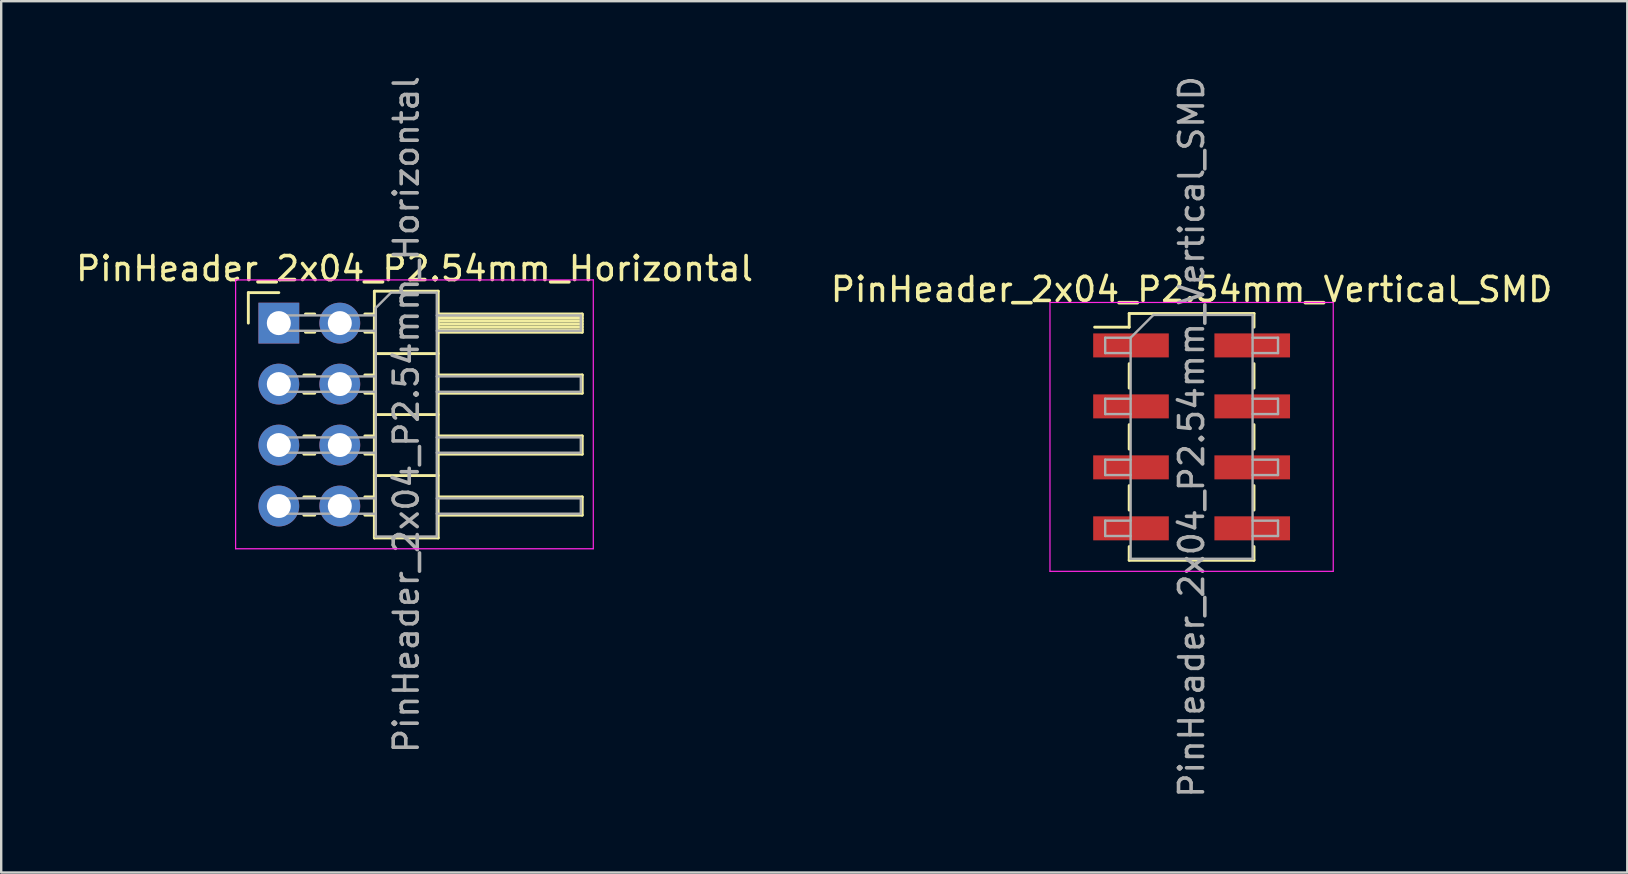
<source format=kicad_pcb>
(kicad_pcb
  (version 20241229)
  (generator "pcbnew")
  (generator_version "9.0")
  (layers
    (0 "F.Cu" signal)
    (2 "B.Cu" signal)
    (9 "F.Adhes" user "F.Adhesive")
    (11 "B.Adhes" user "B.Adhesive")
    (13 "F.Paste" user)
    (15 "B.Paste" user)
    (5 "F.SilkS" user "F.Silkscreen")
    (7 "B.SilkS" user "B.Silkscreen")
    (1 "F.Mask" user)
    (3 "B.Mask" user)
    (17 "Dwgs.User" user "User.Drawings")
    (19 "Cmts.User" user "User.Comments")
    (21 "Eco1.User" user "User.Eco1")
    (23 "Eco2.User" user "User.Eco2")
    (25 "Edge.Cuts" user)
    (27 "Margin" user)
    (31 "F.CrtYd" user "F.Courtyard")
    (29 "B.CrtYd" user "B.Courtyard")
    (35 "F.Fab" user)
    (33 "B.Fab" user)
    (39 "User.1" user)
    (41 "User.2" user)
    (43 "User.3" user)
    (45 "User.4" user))
  (footprint "PinHeader_2x04_P2.54mm_Vertical_SMD"
    (layer "F.Cu")
    (at 46.589 15.149)
    (property "Reference" "PinHeader_2x04_P2.54mm_Vertical_SMD" (at 0 -6.14 0) (layer "F.SilkS") (effects (font (size 1 1) (thickness 0.15))))
    (attr smd)
    (fp_line (start -4.04 -4.57) (end -2.6 -4.57) (stroke (width 0.12) (type solid)) (layer "F.SilkS"))
    (fp_line (start -2.6 -5.14) (end -2.6 -4.57) (stroke (width 0.12) (type solid)) (layer "F.SilkS"))
    (fp_line (start -2.6 -5.14) (end 2.6 -5.14) (stroke (width 0.12) (type solid)) (layer "F.SilkS"))
    (fp_line (start -2.6 -3.05) (end -2.6 -2.03) (stroke (width 0.12) (type solid)) (layer "F.SilkS"))
    (fp_line (start -2.6 -0.51) (end -2.6 0.51) (stroke (width 0.12) (type solid)) (layer "F.SilkS"))
    (fp_line (start -2.6 2.03) (end -2.6 3.05) (stroke (width 0.12) (type solid)) (layer "F.SilkS"))
    (fp_line (start -2.6 4.57) (end -2.6 5.14) (stroke (width 0.12) (type solid)) (layer "F.SilkS"))
    (fp_line (start -2.6 5.14) (end 2.6 5.14) (stroke (width 0.12) (type solid)) (layer "F.SilkS"))
    (fp_line (start 2.6 -5.14) (end 2.6 -4.57) (stroke (width 0.12) (type solid)) (layer "F.SilkS"))
    (fp_line (start 2.6 -3.05) (end 2.6 -2.03) (stroke (width 0.12) (type solid)) (layer "F.SilkS"))
    (fp_line (start 2.6 -0.51) (end 2.6 0.51) (stroke (width 0.12) (type solid)) (layer "F.SilkS"))
    (fp_line (start 2.6 2.03) (end 2.6 3.05) (stroke (width 0.12) (type solid)) (layer "F.SilkS"))
    (fp_line (start 2.6 4.57) (end 2.6 5.14) (stroke (width 0.12) (type solid)) (layer "F.SilkS"))
    (fp_line (start -5.9 -5.6) (end -5.9 5.6) (stroke (width 0.05) (type solid)) (layer "F.CrtYd"))
    (fp_line (start -5.9 5.6) (end 5.9 5.6) (stroke (width 0.05) (type solid)) (layer "F.CrtYd"))
    (fp_line (start 5.9 -5.6) (end -5.9 -5.6) (stroke (width 0.05) (type solid)) (layer "F.CrtYd"))
    (fp_line (start 5.9 5.6) (end 5.9 -5.6) (stroke (width 0.05) (type solid)) (layer "F.CrtYd"))
    (fp_line (start -3.6 -4.13) (end -3.6 -3.49) (stroke (width 0.1) (type solid)) (layer "F.Fab"))
    (fp_line (start -3.6 -3.49) (end -2.54 -3.49) (stroke (width 0.1) (type solid)) (layer "F.Fab"))
    (fp_line (start -3.6 -1.59) (end -3.6 -0.95) (stroke (width 0.1) (type solid)) (layer "F.Fab"))
    (fp_line (start -3.6 -0.95) (end -2.54 -0.95) (stroke (width 0.1) (type solid)) (layer "F.Fab"))
    (fp_line (start -3.6 0.95) (end -3.6 1.59) (stroke (width 0.1) (type solid)) (layer "F.Fab"))
    (fp_line (start -3.6 1.59) (end -2.54 1.59) (stroke (width 0.1) (type solid)) (layer "F.Fab"))
    (fp_line (start -3.6 3.49) (end -3.6 4.13) (stroke (width 0.1) (type solid)) (layer "F.Fab"))
    (fp_line (start -3.6 4.13) (end -2.54 4.13) (stroke (width 0.1) (type solid)) (layer "F.Fab"))
    (fp_line (start -2.54 -4.13) (end -3.6 -4.13) (stroke (width 0.1) (type solid)) (layer "F.Fab"))
    (fp_line (start -2.54 -4.13) (end -1.59 -5.08) (stroke (width 0.1) (type solid)) (layer "F.Fab"))
    (fp_line (start -2.54 -1.59) (end -3.6 -1.59) (stroke (width 0.1) (type solid)) (layer "F.Fab"))
    (fp_line (start -2.54 0.95) (end -3.6 0.95) (stroke (width 0.1) (type solid)) (layer "F.Fab"))
    (fp_line (start -2.54 3.49) (end -3.6 3.49) (stroke (width 0.1) (type solid)) (layer "F.Fab"))
    (fp_line (start -2.54 5.08) (end -2.54 -4.13) (stroke (width 0.1) (type solid)) (layer "F.Fab"))
    (fp_line (start -1.59 -5.08) (end 2.54 -5.08) (stroke (width 0.1) (type solid)) (layer "F.Fab"))
    (fp_line (start 2.54 -5.08) (end 2.54 5.08) (stroke (width 0.1) (type solid)) (layer "F.Fab"))
    (fp_line (start 2.54 -4.13) (end 3.6 -4.13) (stroke (width 0.1) (type solid)) (layer "F.Fab"))
    (fp_line (start 2.54 -1.59) (end 3.6 -1.59) (stroke (width 0.1) (type solid)) (layer "F.Fab"))
    (fp_line (start 2.54 0.95) (end 3.6 0.95) (stroke (width 0.1) (type solid)) (layer "F.Fab"))
    (fp_line (start 2.54 3.49) (end 3.6 3.49) (stroke (width 0.1) (type solid)) (layer "F.Fab"))
    (fp_line (start 2.54 5.08) (end -2.54 5.08) (stroke (width 0.1) (type solid)) (layer "F.Fab"))
    (fp_line (start 3.6 -4.13) (end 3.6 -3.49) (stroke (width 0.1) (type solid)) (layer "F.Fab"))
    (fp_line (start 3.6 -3.49) (end 2.54 -3.49) (stroke (width 0.1) (type solid)) (layer "F.Fab"))
    (fp_line (start 3.6 -1.59) (end 3.6 -0.95) (stroke (width 0.1) (type solid)) (layer "F.Fab"))
    (fp_line (start 3.6 -0.95) (end 2.54 -0.95) (stroke (width 0.1) (type solid)) (layer "F.Fab"))
    (fp_line (start 3.6 0.95) (end 3.6 1.59) (stroke (width 0.1) (type solid)) (layer "F.Fab"))
    (fp_line (start 3.6 1.59) (end 2.54 1.59) (stroke (width 0.1) (type solid)) (layer "F.Fab"))
    (fp_line (start 3.6 3.49) (end 3.6 4.13) (stroke (width 0.1) (type solid)) (layer "F.Fab"))
    (fp_line (start 3.6 4.13) (end 2.54 4.13) (stroke (width 0.1) (type solid)) (layer "F.Fab"))
    (fp_text user "${REFERENCE}" (at 0 0 90) (layer "F.Fab") (effects (font (size 1 1) (thickness 0.15))))
    (pad "1" smd rect (at -2.525 -3.81) (size 3.15 1) (layers "F.Cu" "F.Mask" "F.Paste"))
    (pad "2" smd rect (at 2.525 -3.81) (size 3.15 1) (layers "F.Cu" "F.Mask" "F.Paste"))
    (pad "3" smd rect (at -2.525 -1.27) (size 3.15 1) (layers "F.Cu" "F.Mask" "F.Paste"))
    (pad "4" smd rect (at 2.525 -1.27) (size 3.15 1) (layers "F.Cu" "F.Mask" "F.Paste"))
    (pad "5" smd rect (at -2.525 1.27) (size 3.15 1) (layers "F.Cu" "F.Mask" "F.Paste"))
    (pad "6" smd rect (at 2.525 1.27) (size 3.15 1) (layers "F.Cu" "F.Mask" "F.Paste"))
    (pad "7" smd rect (at -2.525 3.81) (size 3.15 1) (layers "F.Cu" "F.Mask" "F.Paste"))
    (pad "8" smd rect (at 2.525 3.81) (size 3.15 1) (layers "F.Cu" "F.Mask" "F.Paste")))
  (footprint "PinHeader_2x04_P2.54mm_Horizontal"
    (layer "F.Cu")
    (at 8.565 10.41)
    (property "Reference" "PinHeader_2x04_P2.54mm_Horizontal" (at 5.655 -2.27 0) (layer "F.SilkS") (effects (font (size 1 1) (thickness 0.15))))
    (attr through_hole)
    (fp_line (start -1.27 -1.27) (end 0 -1.27) (stroke (width 0.12) (type solid)) (layer "F.SilkS"))
    (fp_line (start -1.27 0) (end -1.27 -1.27) (stroke (width 0.12) (type solid)) (layer "F.SilkS"))
    (fp_line (start 1.043 2.16) (end 1.497 2.16) (stroke (width 0.12) (type solid)) (layer "F.SilkS"))
    (fp_line (start 1.043 2.92) (end 1.497 2.92) (stroke (width 0.12) (type solid)) (layer "F.SilkS"))
    (fp_line (start 1.043 4.7) (end 1.497 4.7) (stroke (width 0.12) (type solid)) (layer "F.SilkS"))
    (fp_line (start 1.043 5.46) (end 1.497 5.46) (stroke (width 0.12) (type solid)) (layer "F.SilkS"))
    (fp_line (start 1.043 7.24) (end 1.497 7.24) (stroke (width 0.12) (type solid)) (layer "F.SilkS"))
    (fp_line (start 1.043 8) (end 1.497 8) (stroke (width 0.12) (type solid)) (layer "F.SilkS"))
    (fp_line (start 1.11 -0.38) (end 1.497 -0.38) (stroke (width 0.12) (type solid)) (layer "F.SilkS"))
    (fp_line (start 1.11 0.38) (end 1.497 0.38) (stroke (width 0.12) (type solid)) (layer "F.SilkS"))
    (fp_line (start 3.583 -0.38) (end 3.98 -0.38) (stroke (width 0.12) (type solid)) (layer "F.SilkS"))
    (fp_line (start 3.583 0.38) (end 3.98 0.38) (stroke (width 0.12) (type solid)) (layer "F.SilkS"))
    (fp_line (start 3.583 2.16) (end 3.98 2.16) (stroke (width 0.12) (type solid)) (layer "F.SilkS"))
    (fp_line (start 3.583 2.92) (end 3.98 2.92) (stroke (width 0.12) (type solid)) (layer "F.SilkS"))
    (fp_line (start 3.583 4.7) (end 3.98 4.7) (stroke (width 0.12) (type solid)) (layer "F.SilkS"))
    (fp_line (start 3.583 5.46) (end 3.98 5.46) (stroke (width 0.12) (type solid)) (layer "F.SilkS"))
    (fp_line (start 3.583 7.24) (end 3.98 7.24) (stroke (width 0.12) (type solid)) (layer "F.SilkS"))
    (fp_line (start 3.583 8) (end 3.98 8) (stroke (width 0.12) (type solid)) (layer "F.SilkS"))
    (fp_line (start 3.98 -1.33) (end 3.98 8.95) (stroke (width 0.12) (type solid)) (layer "F.SilkS"))
    (fp_line (start 3.98 1.27) (end 6.64 1.27) (stroke (width 0.12) (type solid)) (layer "F.SilkS"))
    (fp_line (start 3.98 3.81) (end 6.64 3.81) (stroke (width 0.12) (type solid)) (layer "F.SilkS"))
    (fp_line (start 3.98 6.35) (end 6.64 6.35) (stroke (width 0.12) (type solid)) (layer "F.SilkS"))
    (fp_line (start 3.98 8.95) (end 6.64 8.95) (stroke (width 0.12) (type solid)) (layer "F.SilkS"))
    (fp_line (start 6.64 -1.33) (end 3.98 -1.33) (stroke (width 0.12) (type solid)) (layer "F.SilkS"))
    (fp_line (start 6.64 -0.38) (end 12.64 -0.38) (stroke (width 0.12) (type solid)) (layer "F.SilkS"))
    (fp_line (start 6.64 -0.32) (end 12.64 -0.32) (stroke (width 0.12) (type solid)) (layer "F.SilkS"))
    (fp_line (start 6.64 -0.2) (end 12.64 -0.2) (stroke (width 0.12) (type solid)) (layer "F.SilkS"))
    (fp_line (start 6.64 -0.08) (end 12.64 -0.08) (stroke (width 0.12) (type solid)) (layer "F.SilkS"))
    (fp_line (start 6.64 0.04) (end 12.64 0.04) (stroke (width 0.12) (type solid)) (layer "F.SilkS"))
    (fp_line (start 6.64 0.16) (end 12.64 0.16) (stroke (width 0.12) (type solid)) (layer "F.SilkS"))
    (fp_line (start 6.64 0.28) (end 12.64 0.28) (stroke (width 0.12) (type solid)) (layer "F.SilkS"))
    (fp_line (start 6.64 2.16) (end 12.64 2.16) (stroke (width 0.12) (type solid)) (layer "F.SilkS"))
    (fp_line (start 6.64 4.7) (end 12.64 4.7) (stroke (width 0.12) (type solid)) (layer "F.SilkS"))
    (fp_line (start 6.64 7.24) (end 12.64 7.24) (stroke (width 0.12) (type solid)) (layer "F.SilkS"))
    (fp_line (start 6.64 8.95) (end 6.64 -1.33) (stroke (width 0.12) (type solid)) (layer "F.SilkS"))
    (fp_line (start 12.64 -0.38) (end 12.64 0.38) (stroke (width 0.12) (type solid)) (layer "F.SilkS"))
    (fp_line (start 12.64 0.38) (end 6.64 0.38) (stroke (width 0.12) (type solid)) (layer "F.SilkS"))
    (fp_line (start 12.64 2.16) (end 12.64 2.92) (stroke (width 0.12) (type solid)) (layer "F.SilkS"))
    (fp_line (start 12.64 2.92) (end 6.64 2.92) (stroke (width 0.12) (type solid)) (layer "F.SilkS"))
    (fp_line (start 12.64 4.7) (end 12.64 5.46) (stroke (width 0.12) (type solid)) (layer "F.SilkS"))
    (fp_line (start 12.64 5.46) (end 6.64 5.46) (stroke (width 0.12) (type solid)) (layer "F.SilkS"))
    (fp_line (start 12.64 7.24) (end 12.64 8) (stroke (width 0.12) (type solid)) (layer "F.SilkS"))
    (fp_line (start 12.64 8) (end 6.64 8) (stroke (width 0.12) (type solid)) (layer "F.SilkS"))
    (fp_line (start -1.8 -1.8) (end -1.8 9.4) (stroke (width 0.05) (type solid)) (layer "F.CrtYd"))
    (fp_line (start -1.8 9.4) (end 13.1 9.4) (stroke (width 0.05) (type solid)) (layer "F.CrtYd"))
    (fp_line (start 13.1 -1.8) (end -1.8 -1.8) (stroke (width 0.05) (type solid)) (layer "F.CrtYd"))
    (fp_line (start 13.1 9.4) (end 13.1 -1.8) (stroke (width 0.05) (type solid)) (layer "F.CrtYd"))
    (fp_line (start -0.32 -0.32) (end -0.32 0.32) (stroke (width 0.1) (type solid)) (layer "F.Fab"))
    (fp_line (start -0.32 -0.32) (end 4.04 -0.32) (stroke (width 0.1) (type solid)) (layer "F.Fab"))
    (fp_line (start -0.32 0.32) (end 4.04 0.32) (stroke (width 0.1) (type solid)) (layer "F.Fab"))
    (fp_line (start -0.32 2.22) (end -0.32 2.86) (stroke (width 0.1) (type solid)) (layer "F.Fab"))
    (fp_line (start -0.32 2.22) (end 4.04 2.22) (stroke (width 0.1) (type solid)) (layer "F.Fab"))
    (fp_line (start -0.32 2.86) (end 4.04 2.86) (stroke (width 0.1) (type solid)) (layer "F.Fab"))
    (fp_line (start -0.32 4.76) (end -0.32 5.4) (stroke (width 0.1) (type solid)) (layer "F.Fab"))
    (fp_line (start -0.32 4.76) (end 4.04 4.76) (stroke (width 0.1) (type solid)) (layer "F.Fab"))
    (fp_line (start -0.32 5.4) (end 4.04 5.4) (stroke (width 0.1) (type solid)) (layer "F.Fab"))
    (fp_line (start -0.32 7.3) (end -0.32 7.94) (stroke (width 0.1) (type solid)) (layer "F.Fab"))
    (fp_line (start -0.32 7.3) (end 4.04 7.3) (stroke (width 0.1) (type solid)) (layer "F.Fab"))
    (fp_line (start -0.32 7.94) (end 4.04 7.94) (stroke (width 0.1) (type solid)) (layer "F.Fab"))
    (fp_line (start 4.04 -0.635) (end 4.675 -1.27) (stroke (width 0.1) (type solid)) (layer "F.Fab"))
    (fp_line (start 4.04 8.89) (end 4.04 -0.635) (stroke (width 0.1) (type solid)) (layer "F.Fab"))
    (fp_line (start 4.675 -1.27) (end 6.58 -1.27) (stroke (width 0.1) (type solid)) (layer "F.Fab"))
    (fp_line (start 6.58 -1.27) (end 6.58 8.89) (stroke (width 0.1) (type solid)) (layer "F.Fab"))
    (fp_line (start 6.58 -0.32) (end 12.58 -0.32) (stroke (width 0.1) (type solid)) (layer "F.Fab"))
    (fp_line (start 6.58 0.32) (end 12.58 0.32) (stroke (width 0.1) (type solid)) (layer "F.Fab"))
    (fp_line (start 6.58 2.22) (end 12.58 2.22) (stroke (width 0.1) (type solid)) (layer "F.Fab"))
    (fp_line (start 6.58 2.86) (end 12.58 2.86) (stroke (width 0.1) (type solid)) (layer "F.Fab"))
    (fp_line (start 6.58 4.76) (end 12.58 4.76) (stroke (width 0.1) (type solid)) (layer "F.Fab"))
    (fp_line (start 6.58 5.4) (end 12.58 5.4) (stroke (width 0.1) (type solid)) (layer "F.Fab"))
    (fp_line (start 6.58 7.3) (end 12.58 7.3) (stroke (width 0.1) (type solid)) (layer "F.Fab"))
    (fp_line (start 6.58 7.94) (end 12.58 7.94) (stroke (width 0.1) (type solid)) (layer "F.Fab"))
    (fp_line (start 6.58 8.89) (end 4.04 8.89) (stroke (width 0.1) (type solid)) (layer "F.Fab"))
    (fp_line (start 12.58 -0.32) (end 12.58 0.32) (stroke (width 0.1) (type solid)) (layer "F.Fab"))
    (fp_line (start 12.58 2.22) (end 12.58 2.86) (stroke (width 0.1) (type solid)) (layer "F.Fab"))
    (fp_line (start 12.58 4.76) (end 12.58 5.4) (stroke (width 0.1) (type solid)) (layer "F.Fab"))
    (fp_line (start 12.58 7.3) (end 12.58 7.94) (stroke (width 0.1) (type solid)) (layer "F.Fab"))
    (fp_text user "${REFERENCE}" (at 5.31 3.81 90) (layer "F.Fab") (effects (font (size 1 1) (thickness 0.15))))
    (pad "1" thru_hole rect (at 0 0) (size 1.7 1.7) (drill 1) (layers "*.Cu" "*.Mask"))
    (pad "2" thru_hole oval (at 2.54 0) (size 1.7 1.7) (drill 1) (layers "*.Cu" "*.Mask"))
    (pad "3" thru_hole oval (at 0 2.54) (size 1.7 1.7) (drill 1) (layers "*.Cu" "*.Mask"))
    (pad "4" thru_hole oval (at 2.54 2.54) (size 1.7 1.7) (drill 1) (layers "*.Cu" "*.Mask"))
    (pad "5" thru_hole oval (at 0 5.08) (size 1.7 1.7) (drill 1) (layers "*.Cu" "*.Mask"))
    (pad "6" thru_hole oval (at 2.54 5.08) (size 1.7 1.7) (drill 1) (layers "*.Cu" "*.Mask"))
    (pad "7" thru_hole oval (at 0 7.62) (size 1.7 1.7) (drill 1) (layers "*.Cu" "*.Mask"))
    (pad "8" thru_hole oval (at 2.54 7.62) (size 1.7 1.7) (drill 1) (layers "*.Cu" "*.Mask")))
  (gr_rect
    (start -3 -3)
    (end 64.738 33.298)
    (stroke (width 0.1) (type default))
    (fill no)
    (layer "Edge.Cuts")))
</source>
